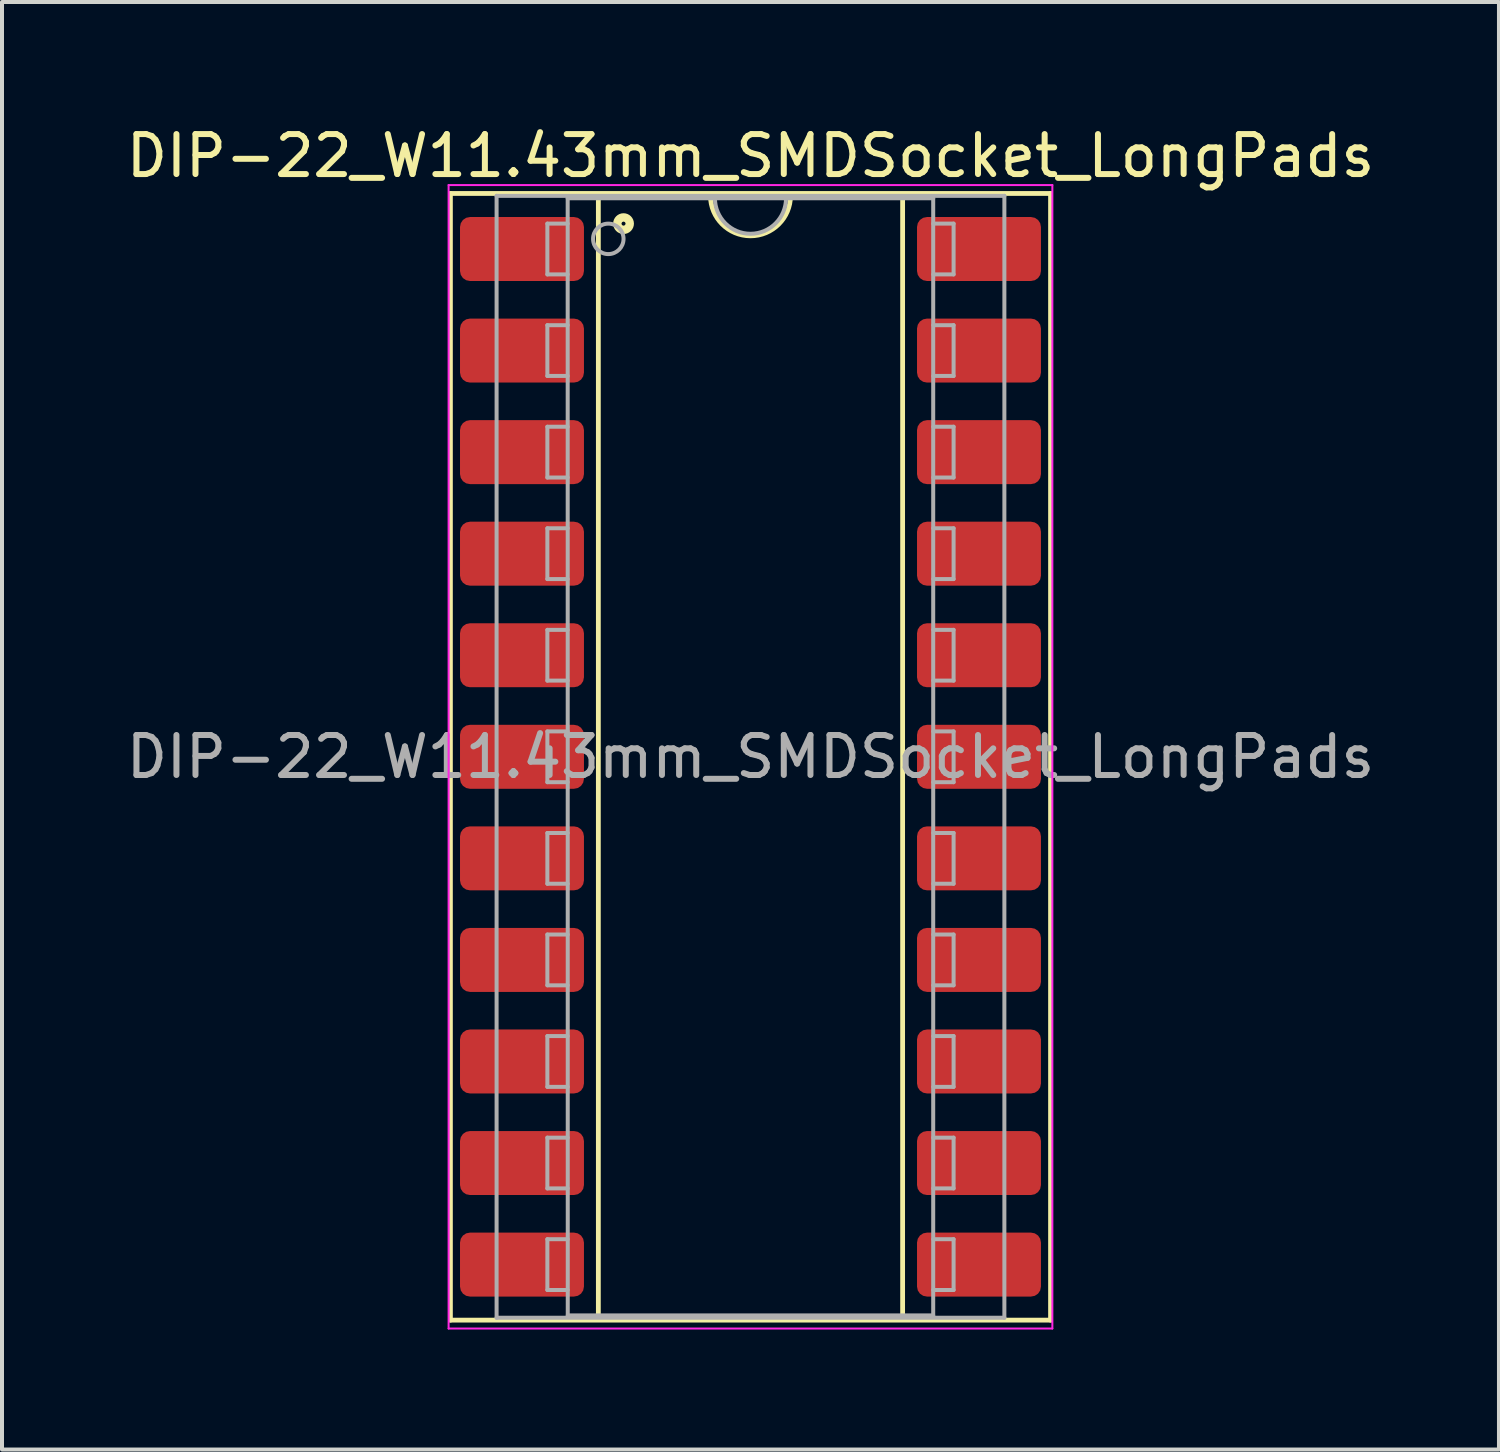
<source format=kicad_pcb>
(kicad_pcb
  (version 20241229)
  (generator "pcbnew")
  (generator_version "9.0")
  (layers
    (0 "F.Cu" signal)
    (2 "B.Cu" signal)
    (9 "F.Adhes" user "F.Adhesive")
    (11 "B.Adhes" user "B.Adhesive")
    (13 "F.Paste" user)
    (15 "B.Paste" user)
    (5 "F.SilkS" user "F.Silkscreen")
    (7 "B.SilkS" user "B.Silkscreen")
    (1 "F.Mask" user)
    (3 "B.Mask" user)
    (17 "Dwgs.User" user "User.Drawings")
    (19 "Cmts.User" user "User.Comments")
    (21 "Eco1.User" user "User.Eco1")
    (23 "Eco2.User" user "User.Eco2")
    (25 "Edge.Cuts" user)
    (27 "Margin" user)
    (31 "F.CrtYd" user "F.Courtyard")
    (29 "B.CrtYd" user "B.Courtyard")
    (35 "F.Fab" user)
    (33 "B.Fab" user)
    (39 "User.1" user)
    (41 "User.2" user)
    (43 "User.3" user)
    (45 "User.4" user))
  (footprint "DIP-22_W11.43mm_SMDSocket_LongPads"
    (layer "F.Cu")
    (at 15.72 15.878)
    (property "Reference" "DIP-22_W11.43mm_SMDSocket_LongPads" (at 0 -15.03 0) (layer "F.SilkS") (effects (font (size 1 1) (thickness 0.15))))
    (attr smd)
    (fp_line (start -7.505 -14.09) (end -7.505 14.09) (stroke (width 0.12) (type solid)) (layer "F.SilkS"))
    (fp_line (start -7.505 14.09) (end 7.505 14.09) (stroke (width 0.12) (type solid)) (layer "F.SilkS"))
    (fp_line (start -3.805 -14.03) (end -3.805 14.03) (stroke (width 0.12) (type solid)) (layer "F.SilkS"))
    (fp_line (start -3.805 14.03) (end 3.805 14.03) (stroke (width 0.12) (type solid)) (layer "F.SilkS"))
    (fp_line (start -1 -14.03) (end -3.805 -14.03) (stroke (width 0.12) (type solid)) (layer "F.SilkS"))
    (fp_line (start 3.805 -14.03) (end 1 -14.03) (stroke (width 0.12) (type solid)) (layer "F.SilkS"))
    (fp_line (start 3.805 14.03) (end 3.805 -14.03) (stroke (width 0.12) (type solid)) (layer "F.SilkS"))
    (fp_line (start 7.505 -14.09) (end -7.505 -14.09) (stroke (width 0.12) (type solid)) (layer "F.SilkS"))
    (fp_line (start 7.505 14.09) (end 7.505 -14.09) (stroke (width 0.12) (type solid)) (layer "F.SilkS"))
    (fp_arc (start 1 -14.03) (mid 0 -13.03) (end -1 -14.03) (stroke (width 0.12) (type solid)) (layer "F.SilkS"))
    (fp_circle (center -3.175 -13.335) (end -3.125 -13.335) (stroke (width 0.12) (type solid)) (fill no) (layer "F.SilkS"))
    (fp_circle (center -3.175 -13.335) (end -3.05 -13.335) (stroke (width 0.12) (type solid)) (fill no) (layer "F.SilkS"))
    (fp_circle (center -3.175 -13.335) (end -2.975 -13.335) (stroke (width 0.12) (type solid)) (fill no) (layer "F.SilkS"))
    (fp_line (start -7.55 -14.3) (end -7.55 14.3) (stroke (width 0.05) (type solid)) (layer "F.CrtYd"))
    (fp_line (start -7.55 14.3) (end 7.55 14.3) (stroke (width 0.05) (type solid)) (layer "F.CrtYd"))
    (fp_line (start 7.55 -14.3) (end -7.55 -14.3) (stroke (width 0.05) (type solid)) (layer "F.CrtYd"))
    (fp_line (start 7.55 14.3) (end 7.55 -14.3) (stroke (width 0.05) (type solid)) (layer "F.CrtYd"))
    (fp_line (start -6.35 -14.03) (end -6.35 14.03) (stroke (width 0.1) (type solid)) (layer "F.Fab"))
    (fp_line (start -6.35 14.03) (end 6.35 14.03) (stroke (width 0.1) (type solid)) (layer "F.Fab"))
    (fp_line (start -5.08 -13.335) (end -5.08 -12.065) (stroke (width 0.1) (type solid)) (layer "F.Fab"))
    (fp_line (start -5.08 -13.335) (end -4.572 -13.335) (stroke (width 0.1) (type solid)) (layer "F.Fab"))
    (fp_line (start -5.08 -12.065) (end -4.572 -12.065) (stroke (width 0.1) (type solid)) (layer "F.Fab"))
    (fp_line (start -5.08 -10.795) (end -5.08 -9.525) (stroke (width 0.1) (type solid)) (layer "F.Fab"))
    (fp_line (start -5.08 -10.795) (end -4.572 -10.795) (stroke (width 0.1) (type solid)) (layer "F.Fab"))
    (fp_line (start -5.08 -9.525) (end -4.572 -9.525) (stroke (width 0.1) (type solid)) (layer "F.Fab"))
    (fp_line (start -5.08 -8.255) (end -5.08 -6.985) (stroke (width 0.1) (type solid)) (layer "F.Fab"))
    (fp_line (start -5.08 -8.255) (end -4.572 -8.255) (stroke (width 0.1) (type solid)) (layer "F.Fab"))
    (fp_line (start -5.08 -6.985) (end -4.572 -6.985) (stroke (width 0.1) (type solid)) (layer "F.Fab"))
    (fp_line (start -5.08 -5.715) (end -5.08 -4.445) (stroke (width 0.1) (type solid)) (layer "F.Fab"))
    (fp_line (start -5.08 -5.715) (end -4.572 -5.715) (stroke (width 0.1) (type solid)) (layer "F.Fab"))
    (fp_line (start -5.08 -4.445) (end -4.572 -4.445) (stroke (width 0.1) (type solid)) (layer "F.Fab"))
    (fp_line (start -5.08 -3.175) (end -5.08 -1.905) (stroke (width 0.1) (type solid)) (layer "F.Fab"))
    (fp_line (start -5.08 -3.175) (end -4.572 -3.175) (stroke (width 0.1) (type solid)) (layer "F.Fab"))
    (fp_line (start -5.08 -1.905) (end -4.572 -1.905) (stroke (width 0.1) (type solid)) (layer "F.Fab"))
    (fp_line (start -5.08 -0.635) (end -5.08 0.635) (stroke (width 0.1) (type solid)) (layer "F.Fab"))
    (fp_line (start -5.08 -0.635) (end -4.572 -0.635) (stroke (width 0.1) (type solid)) (layer "F.Fab"))
    (fp_line (start -5.08 0.635) (end -4.572 0.635) (stroke (width 0.1) (type solid)) (layer "F.Fab"))
    (fp_line (start -5.08 1.905) (end -5.08 3.175) (stroke (width 0.1) (type solid)) (layer "F.Fab"))
    (fp_line (start -5.08 1.905) (end -4.572 1.905) (stroke (width 0.1) (type solid)) (layer "F.Fab"))
    (fp_line (start -5.08 3.175) (end -4.572 3.175) (stroke (width 0.1) (type solid)) (layer "F.Fab"))
    (fp_line (start -5.08 4.445) (end -5.08 5.715) (stroke (width 0.1) (type solid)) (layer "F.Fab"))
    (fp_line (start -5.08 4.445) (end -4.572 4.445) (stroke (width 0.1) (type solid)) (layer "F.Fab"))
    (fp_line (start -5.08 5.715) (end -4.572 5.715) (stroke (width 0.1) (type solid)) (layer "F.Fab"))
    (fp_line (start -5.08 6.985) (end -5.08 8.255) (stroke (width 0.1) (type solid)) (layer "F.Fab"))
    (fp_line (start -5.08 6.985) (end -4.572 6.985) (stroke (width 0.1) (type solid)) (layer "F.Fab"))
    (fp_line (start -5.08 8.255) (end -4.572 8.255) (stroke (width 0.1) (type solid)) (layer "F.Fab"))
    (fp_line (start -5.08 9.525) (end -5.08 10.795) (stroke (width 0.1) (type solid)) (layer "F.Fab"))
    (fp_line (start -5.08 9.525) (end -4.572 9.525) (stroke (width 0.1) (type solid)) (layer "F.Fab"))
    (fp_line (start -5.08 10.795) (end -4.572 10.795) (stroke (width 0.1) (type solid)) (layer "F.Fab"))
    (fp_line (start -5.08 12.065) (end -5.08 13.335) (stroke (width 0.1) (type solid)) (layer "F.Fab"))
    (fp_line (start -5.08 12.065) (end -4.572 12.065) (stroke (width 0.1) (type solid)) (layer "F.Fab"))
    (fp_line (start -5.08 13.335) (end -4.572 13.335) (stroke (width 0.1) (type solid)) (layer "F.Fab"))
    (fp_line (start -4.572 -13.97) (end 4.57 -13.97) (stroke (width 0.1) (type solid)) (layer "F.Fab"))
    (fp_line (start -4.57 13.97) (end -4.572 -13.97) (stroke (width 0.1) (type solid)) (layer "F.Fab"))
    (fp_line (start 4.57 -13.97) (end 4.57 13.97) (stroke (width 0.1) (type solid)) (layer "F.Fab"))
    (fp_line (start 4.57 13.97) (end -4.57 13.97) (stroke (width 0.1) (type solid)) (layer "F.Fab"))
    (fp_line (start 5.08 -13.335) (end 4.572 -13.335) (stroke (width 0.1) (type solid)) (layer "F.Fab"))
    (fp_line (start 5.08 -12.065) (end 4.572 -12.065) (stroke (width 0.1) (type solid)) (layer "F.Fab"))
    (fp_line (start 5.08 -12.065) (end 5.08 -13.335) (stroke (width 0.1) (type solid)) (layer "F.Fab"))
    (fp_line (start 5.08 -10.795) (end 4.572 -10.795) (stroke (width 0.1) (type solid)) (layer "F.Fab"))
    (fp_line (start 5.08 -9.525) (end 4.572 -9.525) (stroke (width 0.1) (type solid)) (layer "F.Fab"))
    (fp_line (start 5.08 -9.525) (end 5.08 -10.795) (stroke (width 0.1) (type solid)) (layer "F.Fab"))
    (fp_line (start 5.08 -8.255) (end 4.572 -8.255) (stroke (width 0.1) (type solid)) (layer "F.Fab"))
    (fp_line (start 5.08 -6.985) (end 4.572 -6.985) (stroke (width 0.1) (type solid)) (layer "F.Fab"))
    (fp_line (start 5.08 -6.985) (end 5.08 -8.255) (stroke (width 0.1) (type solid)) (layer "F.Fab"))
    (fp_line (start 5.08 -5.715) (end 4.572 -5.715) (stroke (width 0.1) (type solid)) (layer "F.Fab"))
    (fp_line (start 5.08 -4.445) (end 4.572 -4.445) (stroke (width 0.1) (type solid)) (layer "F.Fab"))
    (fp_line (start 5.08 -4.445) (end 5.08 -5.715) (stroke (width 0.1) (type solid)) (layer "F.Fab"))
    (fp_line (start 5.08 -3.175) (end 4.572 -3.175) (stroke (width 0.1) (type solid)) (layer "F.Fab"))
    (fp_line (start 5.08 -1.905) (end 4.572 -1.905) (stroke (width 0.1) (type solid)) (layer "F.Fab"))
    (fp_line (start 5.08 -1.905) (end 5.08 -3.175) (stroke (width 0.1) (type solid)) (layer "F.Fab"))
    (fp_line (start 5.08 -0.635) (end 4.572 -0.635) (stroke (width 0.1) (type solid)) (layer "F.Fab"))
    (fp_line (start 5.08 0.635) (end 4.572 0.635) (stroke (width 0.1) (type solid)) (layer "F.Fab"))
    (fp_line (start 5.08 0.635) (end 5.08 -0.635) (stroke (width 0.1) (type solid)) (layer "F.Fab"))
    (fp_line (start 5.08 1.905) (end 4.572 1.905) (stroke (width 0.1) (type solid)) (layer "F.Fab"))
    (fp_line (start 5.08 3.175) (end 4.572 3.175) (stroke (width 0.1) (type solid)) (layer "F.Fab"))
    (fp_line (start 5.08 3.175) (end 5.08 1.905) (stroke (width 0.1) (type solid)) (layer "F.Fab"))
    (fp_line (start 5.08 4.445) (end 4.572 4.445) (stroke (width 0.1) (type solid)) (layer "F.Fab"))
    (fp_line (start 5.08 5.715) (end 4.572 5.715) (stroke (width 0.1) (type solid)) (layer "F.Fab"))
    (fp_line (start 5.08 5.715) (end 5.08 4.445) (stroke (width 0.1) (type solid)) (layer "F.Fab"))
    (fp_line (start 5.08 6.985) (end 4.572 6.985) (stroke (width 0.1) (type solid)) (layer "F.Fab"))
    (fp_line (start 5.08 8.255) (end 4.572 8.255) (stroke (width 0.1) (type solid)) (layer "F.Fab"))
    (fp_line (start 5.08 8.255) (end 5.08 6.985) (stroke (width 0.1) (type solid)) (layer "F.Fab"))
    (fp_line (start 5.08 9.525) (end 4.572 9.525) (stroke (width 0.1) (type solid)) (layer "F.Fab"))
    (fp_line (start 5.08 10.795) (end 4.572 10.795) (stroke (width 0.1) (type solid)) (layer "F.Fab"))
    (fp_line (start 5.08 10.795) (end 5.08 9.525) (stroke (width 0.1) (type solid)) (layer "F.Fab"))
    (fp_line (start 5.08 12.065) (end 4.572 12.065) (stroke (width 0.1) (type solid)) (layer "F.Fab"))
    (fp_line (start 5.08 13.335) (end 4.572 13.335) (stroke (width 0.1) (type solid)) (layer "F.Fab"))
    (fp_line (start 5.08 13.335) (end 5.08 12.065) (stroke (width 0.1) (type solid)) (layer "F.Fab"))
    (fp_line (start 6.35 -14.03) (end -6.35 -14.03) (stroke (width 0.1) (type solid)) (layer "F.Fab"))
    (fp_line (start 6.35 14.03) (end 6.35 -14.03) (stroke (width 0.1) (type solid)) (layer "F.Fab"))
    (fp_arc (start 0.889 -13.97) (mid 0 -13.081) (end -0.889 -13.97) (stroke (width 0.1) (type solid)) (layer "F.Fab"))
    (fp_circle (center -3.556 -12.954) (end -3.175 -12.954) (stroke (width 0.1) (type solid)) (fill no) (layer "F.Fab"))
    (fp_text user "${REFERENCE}" (at 0 0 0) (layer "F.Fab") (effects (font (size 1 1) (thickness 0.15))))
    (pad "1" smd roundrect (at -5.715 -12.7) (size 3.1 1.6) (layers "F.Cu" "F.Mask" "F.Paste") (roundrect_rratio 0.156))
    (pad "2" smd roundrect (at -5.715 -10.16) (size 3.1 1.6) (layers "F.Cu" "F.Mask" "F.Paste") (roundrect_rratio 0.156))
    (pad "3" smd roundrect (at -5.715 -7.62) (size 3.1 1.6) (layers "F.Cu" "F.Mask" "F.Paste") (roundrect_rratio 0.156))
    (pad "4" smd roundrect (at -5.715 -5.08) (size 3.1 1.6) (layers "F.Cu" "F.Mask" "F.Paste") (roundrect_rratio 0.156))
    (pad "5" smd roundrect (at -5.715 -2.54) (size 3.1 1.6) (layers "F.Cu" "F.Mask" "F.Paste") (roundrect_rratio 0.156))
    (pad "6" smd roundrect (at -5.715 0) (size 3.1 1.6) (layers "F.Cu" "F.Mask" "F.Paste") (roundrect_rratio 0.156))
    (pad "7" smd roundrect (at -5.715 2.54) (size 3.1 1.6) (layers "F.Cu" "F.Mask" "F.Paste") (roundrect_rratio 0.156))
    (pad "8" smd roundrect (at -5.715 5.08) (size 3.1 1.6) (layers "F.Cu" "F.Mask" "F.Paste") (roundrect_rratio 0.156))
    (pad "9" smd roundrect (at -5.715 7.62) (size 3.1 1.6) (layers "F.Cu" "F.Mask" "F.Paste") (roundrect_rratio 0.156))
    (pad "10" smd roundrect (at -5.715 10.16) (size 3.1 1.6) (layers "F.Cu" "F.Mask" "F.Paste") (roundrect_rratio 0.156))
    (pad "11" smd roundrect (at -5.715 12.7) (size 3.1 1.6) (layers "F.Cu" "F.Mask" "F.Paste") (roundrect_rratio 0.156))
    (pad "12" smd roundrect (at 5.715 12.7) (size 3.1 1.6) (layers "F.Cu" "F.Mask" "F.Paste") (roundrect_rratio 0.156))
    (pad "13" smd roundrect (at 5.715 10.16) (size 3.1 1.6) (layers "F.Cu" "F.Mask" "F.Paste") (roundrect_rratio 0.156))
    (pad "14" smd roundrect (at 5.715 7.62) (size 3.1 1.6) (layers "F.Cu" "F.Mask" "F.Paste") (roundrect_rratio 0.156))
    (pad "15" smd roundrect (at 5.715 5.08) (size 3.1 1.6) (layers "F.Cu" "F.Mask" "F.Paste") (roundrect_rratio 0.156))
    (pad "16" smd roundrect (at 5.715 2.54) (size 3.1 1.6) (layers "F.Cu" "F.Mask" "F.Paste") (roundrect_rratio 0.156))
    (pad "17" smd roundrect (at 5.715 0) (size 3.1 1.6) (layers "F.Cu" "F.Mask" "F.Paste") (roundrect_rratio 0.156))
    (pad "18" smd roundrect (at 5.715 -2.54) (size 3.1 1.6) (layers "F.Cu" "F.Mask" "F.Paste") (roundrect_rratio 0.156))
    (pad "19" smd roundrect (at 5.715 -5.08) (size 3.1 1.6) (layers "F.Cu" "F.Mask" "F.Paste") (roundrect_rratio 0.156))
    (pad "20" smd roundrect (at 5.715 -7.62) (size 3.1 1.6) (layers "F.Cu" "F.Mask" "F.Paste") (roundrect_rratio 0.156))
    (pad "21" smd roundrect (at 5.715 -10.16) (size 3.1 1.6) (layers "F.Cu" "F.Mask" "F.Paste") (roundrect_rratio 0.156))
    (pad "22" smd roundrect (at 5.715 -12.7) (size 3.1 1.6) (layers "F.Cu" "F.Mask" "F.Paste") (roundrect_rratio 0.156)))
  (gr_rect
    (start -3 -3)
    (end 34.44 33.203)
    (stroke (width 0.1) (type default))
    (fill no)
    (layer "Edge.Cuts")))
</source>
